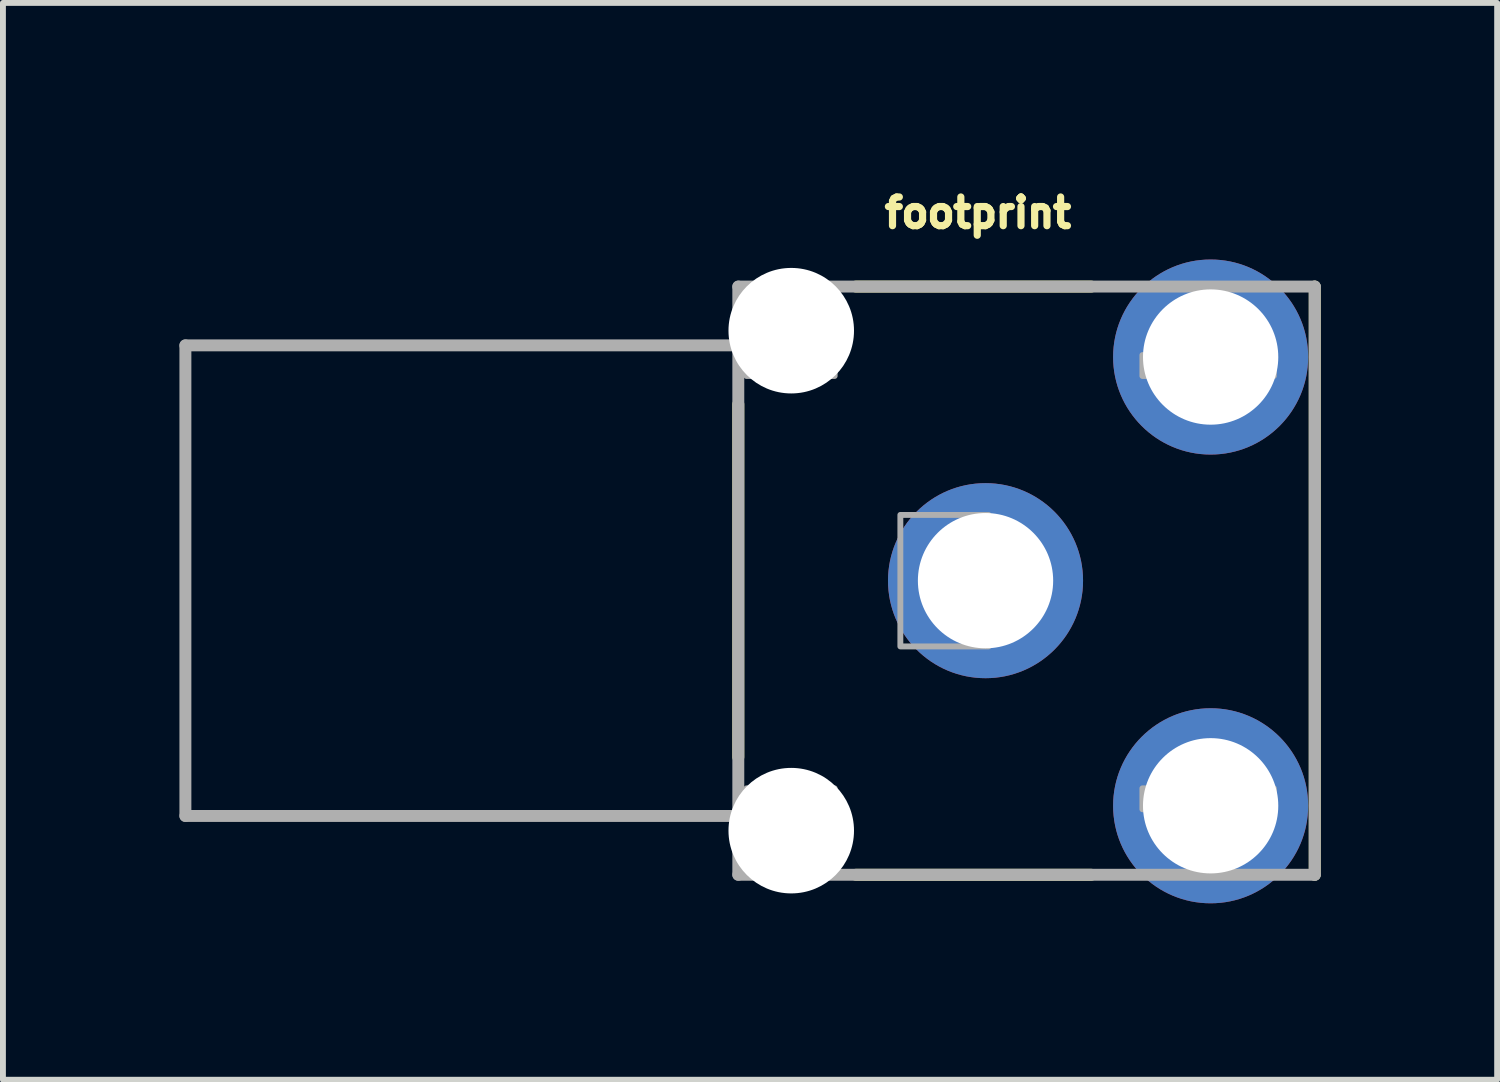
<source format=kicad_pcb>
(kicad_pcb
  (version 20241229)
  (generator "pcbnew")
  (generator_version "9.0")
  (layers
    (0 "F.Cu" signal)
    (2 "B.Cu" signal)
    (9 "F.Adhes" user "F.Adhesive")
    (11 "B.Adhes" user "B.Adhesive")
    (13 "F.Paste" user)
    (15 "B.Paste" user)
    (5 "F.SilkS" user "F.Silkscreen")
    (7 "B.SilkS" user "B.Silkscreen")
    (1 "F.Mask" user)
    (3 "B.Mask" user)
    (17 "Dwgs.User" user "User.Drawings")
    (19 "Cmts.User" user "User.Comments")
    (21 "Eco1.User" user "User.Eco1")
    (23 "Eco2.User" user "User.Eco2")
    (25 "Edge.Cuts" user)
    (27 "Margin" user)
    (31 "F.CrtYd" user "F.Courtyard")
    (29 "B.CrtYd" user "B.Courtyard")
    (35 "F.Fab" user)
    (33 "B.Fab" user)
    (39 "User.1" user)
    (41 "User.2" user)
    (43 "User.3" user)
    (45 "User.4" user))
  (footprint "footprint"
    (layer "F.Cu")
    (at 13.502 6.822)
    (property "Reference" "footprint" (at -1.575 -5.969 0) (layer "F.SilkS") (effects (font (size 0.488 0.488) (thickness 0.122)) (justify left bottom)))
    (fp_line (start -4 -3) (end -4 3) (stroke (width 0.203) (type solid)) (layer "F.SilkS"))
    (fp_line (start -2 -5) (end 2 -5) (stroke (width 0.203) (type solid)) (layer "F.SilkS"))
    (fp_line (start -2 5) (end 2 5) (stroke (width 0.203) (type solid)) (layer "F.SilkS"))
    (fp_line (start 5.8 -5) (end 5.8 5) (stroke (width 0.203) (type solid)) (layer "F.SilkS"))
    (fp_line (start -13.4 -4) (end -13.4 4) (stroke (width 0.203) (type solid)) (layer "F.Fab"))
    (fp_line (start -13.4 4) (end -4 4) (stroke (width 0.203) (type solid)) (layer "F.Fab"))
    (fp_line (start -4 -5) (end -4 5) (stroke (width 0.203) (type solid)) (layer "F.Fab"))
    (fp_line (start -4 -4) (end -13.4 -4) (stroke (width 0.203) (type solid)) (layer "F.Fab"))
    (fp_line (start -4 5) (end 5.8 5) (stroke (width 0.203) (type solid)) (layer "F.Fab"))
    (fp_line (start 4.47 -3.454) (end 2.87 -3.454) (stroke (width 0.025) (type solid)) (layer "F.Fab"))
    (fp_line (start 4.47 3.505) (end 2.87 3.505) (stroke (width 0.025) (type solid)) (layer "F.Fab"))
    (fp_line (start 5.8 -5) (end -4 -5) (stroke (width 0.203) (type solid)) (layer "F.Fab"))
    (fp_line (start 5.8 5) (end 5.8 -5) (stroke (width 0.203) (type solid)) (layer "F.Fab"))
    (fp_poly (pts (xy -3.861 -3.48) (xy -2.362 -3.48) (xy -2.362 -4.978) (xy -3.861 -4.978)) (stroke (width 0.1) (type solid)) (fill no) (layer "F.Fab"))
    (fp_poly (pts (xy -3.861 5.029) (xy -2.362 5.029) (xy -2.362 3.531) (xy -3.861 3.531)) (stroke (width 0.1) (type solid)) (fill no) (layer "F.Fab"))
    (fp_poly (pts (xy -1.245 1.118) (xy 0.254 1.118) (xy 0.254 -1.118) (xy -1.245 -1.118)) (stroke (width 0.1) (type solid)) (fill no) (layer "F.Fab"))
    (fp_poly (pts (xy 2.87 -3.48) (xy 5.105 -3.48) (xy 5.105 -3.835) (xy 2.87 -3.835)) (stroke (width 0.1) (type solid)) (fill no) (layer "F.Fab"))
    (fp_poly (pts (xy 2.87 3.886) (xy 5.105 3.886) (xy 5.105 3.531) (xy 2.87 3.531)) (stroke (width 0.1) (type solid)) (fill no) (layer "F.Fab"))
    (pad "" np_thru_hole circle (at -3.1 -4.25) (size 2.134 2.134) (drill 2.134) (layers "*.Cu" "*.Mask"))
    (pad "" np_thru_hole circle (at -3.1 4.25) (size 2.134 2.134) (drill 2.134) (layers "*.Cu" "*.Mask"))
    (pad "PIN" thru_hole circle (at 4.03 -3.802) (size 3.316 3.316) (drill 2.3) (layers "*.Cu" "*.Mask"))
    (pad "SHELL" thru_hole circle (at 0.203 0) (size 3.316 3.316) (drill 2.3) (layers "*.Cu" "*.Mask"))
    (pad "SWITCH" thru_hole circle (at 4.03 3.827) (size 3.316 3.316) (drill 2.3) (layers "*.Cu" "*.Mask")))
  (gr_rect
    (start -3 -3)
    (end 22.403 15.307)
    (stroke (width 0.1) (type default))
    (fill no)
    (layer "Edge.Cuts")))
</source>
